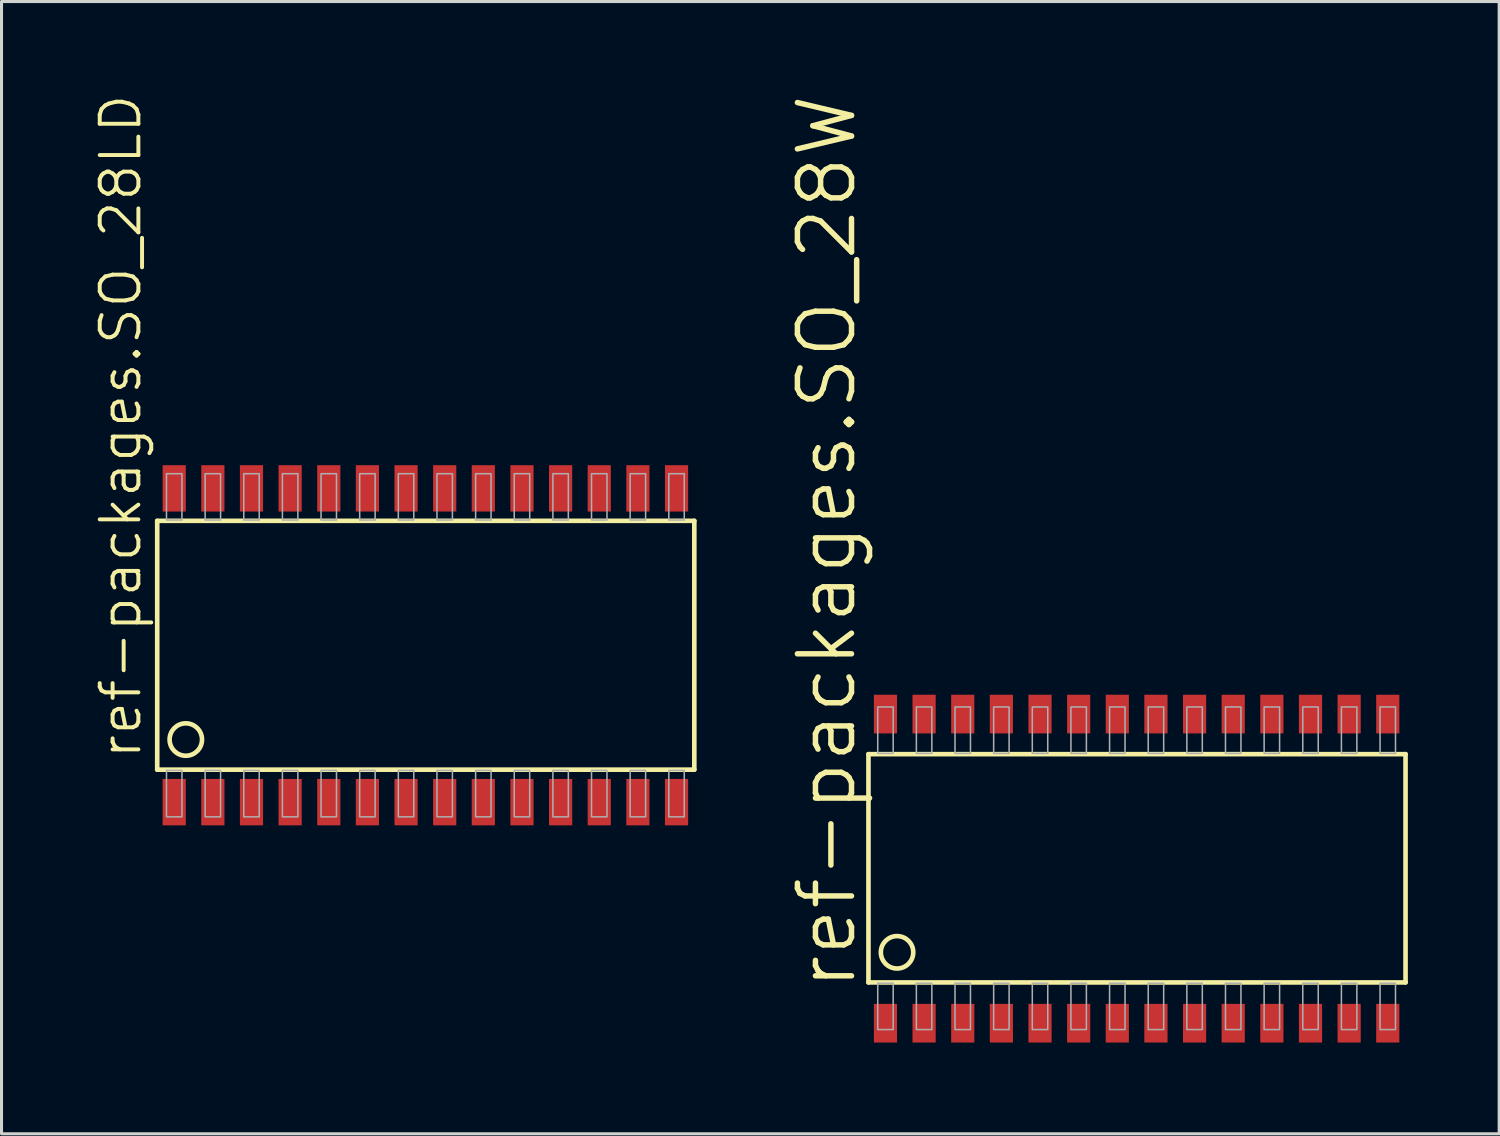
<source format=kicad_pcb>
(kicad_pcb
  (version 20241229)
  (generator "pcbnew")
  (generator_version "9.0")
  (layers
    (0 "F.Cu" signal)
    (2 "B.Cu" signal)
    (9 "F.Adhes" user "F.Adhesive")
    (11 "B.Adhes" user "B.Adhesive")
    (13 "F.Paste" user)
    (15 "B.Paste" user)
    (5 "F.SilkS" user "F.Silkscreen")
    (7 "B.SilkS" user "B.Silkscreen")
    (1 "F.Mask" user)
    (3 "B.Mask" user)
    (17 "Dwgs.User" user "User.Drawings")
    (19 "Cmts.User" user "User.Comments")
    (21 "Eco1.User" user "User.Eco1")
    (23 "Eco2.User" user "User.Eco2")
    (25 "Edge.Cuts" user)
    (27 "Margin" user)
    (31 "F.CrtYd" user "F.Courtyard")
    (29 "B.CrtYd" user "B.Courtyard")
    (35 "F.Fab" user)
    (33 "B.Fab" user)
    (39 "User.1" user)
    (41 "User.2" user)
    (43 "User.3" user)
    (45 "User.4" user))
  (footprint "ref-packages.SO_28LD"
    (layer "F.Cu")
    (at 10.931 18.158)
    (property "Reference" "ref-packages.SO_28LD" (at -9.271 3.81 90) (layer "F.SilkS") (effects (font (size 1.27 1.27) (thickness 0.13)) (justify left bottom)))
    (attr smd)
    (fp_line (start -8.814 -4.089) (end -8.814 4.089) (stroke (width 0.152) (type default)) (layer "F.SilkS"))
    (fp_line (start -8.814 4.089) (end 8.839 4.089) (stroke (width 0.152) (type default)) (layer "F.SilkS"))
    (fp_line (start 8.839 -4.089) (end -8.814 -4.089) (stroke (width 0.152) (type default)) (layer "F.SilkS"))
    (fp_line (start 8.839 4.089) (end 8.839 -4.089) (stroke (width 0.152) (type default)) (layer "F.SilkS"))
    (fp_circle (center -7.874 3.099) (end -7.341 3.099) (stroke (width 0.152) (type default)) (fill no) (layer "F.SilkS"))
    (fp_rect (start -8.509 -4.115) (end -8.001 -5.639) (stroke (width 0.05) (type default)) (fill no) (layer "F.Fab"))
    (fp_rect (start -8.509 5.639) (end -8.001 4.115) (stroke (width 0.05) (type default)) (fill no) (layer "F.Fab"))
    (fp_rect (start -7.239 -4.115) (end -6.731 -5.639) (stroke (width 0.05) (type default)) (fill no) (layer "F.Fab"))
    (fp_rect (start -7.239 5.639) (end -6.731 4.115) (stroke (width 0.05) (type default)) (fill no) (layer "F.Fab"))
    (fp_rect (start -5.969 -4.115) (end -5.461 -5.639) (stroke (width 0.05) (type default)) (fill no) (layer "F.Fab"))
    (fp_rect (start -5.969 5.639) (end -5.461 4.115) (stroke (width 0.05) (type default)) (fill no) (layer "F.Fab"))
    (fp_rect (start -4.699 -4.115) (end -4.191 -5.639) (stroke (width 0.05) (type default)) (fill no) (layer "F.Fab"))
    (fp_rect (start -4.699 5.639) (end -4.191 4.115) (stroke (width 0.05) (type default)) (fill no) (layer "F.Fab"))
    (fp_rect (start -3.429 -4.115) (end -2.921 -5.639) (stroke (width 0.05) (type default)) (fill no) (layer "F.Fab"))
    (fp_rect (start -3.429 5.639) (end -2.921 4.115) (stroke (width 0.05) (type default)) (fill no) (layer "F.Fab"))
    (fp_rect (start -2.159 -4.115) (end -1.651 -5.639) (stroke (width 0.05) (type default)) (fill no) (layer "F.Fab"))
    (fp_rect (start -2.159 5.639) (end -1.651 4.115) (stroke (width 0.05) (type default)) (fill no) (layer "F.Fab"))
    (fp_rect (start -0.889 -4.115) (end -0.381 -5.639) (stroke (width 0.05) (type default)) (fill no) (layer "F.Fab"))
    (fp_rect (start -0.889 5.639) (end -0.381 4.115) (stroke (width 0.05) (type default)) (fill no) (layer "F.Fab"))
    (fp_rect (start 0.381 -4.115) (end 0.889 -5.639) (stroke (width 0.05) (type default)) (fill no) (layer "F.Fab"))
    (fp_rect (start 0.381 5.639) (end 0.889 4.115) (stroke (width 0.05) (type default)) (fill no) (layer "F.Fab"))
    (fp_rect (start 1.651 -4.115) (end 2.159 -5.639) (stroke (width 0.05) (type default)) (fill no) (layer "F.Fab"))
    (fp_rect (start 1.651 5.639) (end 2.159 4.115) (stroke (width 0.05) (type default)) (fill no) (layer "F.Fab"))
    (fp_rect (start 2.921 -4.115) (end 3.429 -5.639) (stroke (width 0.05) (type default)) (fill no) (layer "F.Fab"))
    (fp_rect (start 2.921 5.639) (end 3.429 4.115) (stroke (width 0.05) (type default)) (fill no) (layer "F.Fab"))
    (fp_rect (start 4.191 -4.115) (end 4.699 -5.639) (stroke (width 0.05) (type default)) (fill no) (layer "F.Fab"))
    (fp_rect (start 4.191 5.639) (end 4.699 4.115) (stroke (width 0.05) (type default)) (fill no) (layer "F.Fab"))
    (fp_rect (start 5.461 -4.115) (end 5.969 -5.639) (stroke (width 0.05) (type default)) (fill no) (layer "F.Fab"))
    (fp_rect (start 5.461 5.639) (end 5.969 4.115) (stroke (width 0.05) (type default)) (fill no) (layer "F.Fab"))
    (fp_rect (start 6.731 -4.115) (end 7.239 -5.639) (stroke (width 0.05) (type default)) (fill no) (layer "F.Fab"))
    (fp_rect (start 6.731 5.639) (end 7.239 4.115) (stroke (width 0.05) (type default)) (fill no) (layer "F.Fab"))
    (fp_rect (start 8.001 -4.115) (end 8.509 -5.639) (stroke (width 0.05) (type default)) (fill no) (layer "F.Fab"))
    (fp_rect (start 8.001 5.639) (end 8.509 4.115) (stroke (width 0.05) (type default)) (fill no) (layer "F.Fab"))
    (pad "1" smd roundrect (at -8.255 5.156) (size 0.762 1.524) (layers "F.Cu" "F.Mask" "F.Paste") (roundrect_rratio 0.01))
    (pad "2" smd roundrect (at -6.985 5.156) (size 0.762 1.524) (layers "F.Cu" "F.Mask" "F.Paste") (roundrect_rratio 0.01))
    (pad "3" smd roundrect (at -5.715 5.156) (size 0.762 1.524) (layers "F.Cu" "F.Mask" "F.Paste") (roundrect_rratio 0.01))
    (pad "4" smd roundrect (at -4.445 5.156) (size 0.762 1.524) (layers "F.Cu" "F.Mask" "F.Paste") (roundrect_rratio 0.01))
    (pad "5" smd roundrect (at -3.175 5.156) (size 0.762 1.524) (layers "F.Cu" "F.Mask" "F.Paste") (roundrect_rratio 0.01))
    (pad "6" smd roundrect (at -1.905 5.156) (size 0.762 1.524) (layers "F.Cu" "F.Mask" "F.Paste") (roundrect_rratio 0.01))
    (pad "7" smd roundrect (at -0.635 5.156) (size 0.762 1.524) (layers "F.Cu" "F.Mask" "F.Paste") (roundrect_rratio 0.01))
    (pad "8" smd roundrect (at 0.635 5.156) (size 0.762 1.524) (layers "F.Cu" "F.Mask" "F.Paste") (roundrect_rratio 0.01))
    (pad "9" smd roundrect (at 1.905 5.156) (size 0.762 1.524) (layers "F.Cu" "F.Mask" "F.Paste") (roundrect_rratio 0.01))
    (pad "10" smd roundrect (at 3.175 5.156) (size 0.762 1.524) (layers "F.Cu" "F.Mask" "F.Paste") (roundrect_rratio 0.01))
    (pad "11" smd roundrect (at 4.445 5.156) (size 0.762 1.524) (layers "F.Cu" "F.Mask" "F.Paste") (roundrect_rratio 0.01))
    (pad "12" smd roundrect (at 5.715 5.156) (size 0.762 1.524) (layers "F.Cu" "F.Mask" "F.Paste") (roundrect_rratio 0.01))
    (pad "13" smd roundrect (at 6.985 5.156) (size 0.762 1.524) (layers "F.Cu" "F.Mask" "F.Paste") (roundrect_rratio 0.01))
    (pad "14" smd roundrect (at 8.255 5.156) (size 0.762 1.524) (layers "F.Cu" "F.Mask" "F.Paste") (roundrect_rratio 0.01))
    (pad "15" smd roundrect (at 8.255 -5.156) (size 0.762 1.524) (layers "F.Cu" "F.Mask" "F.Paste") (roundrect_rratio 0.01))
    (pad "16" smd roundrect (at 6.985 -5.156) (size 0.762 1.524) (layers "F.Cu" "F.Mask" "F.Paste") (roundrect_rratio 0.01))
    (pad "17" smd roundrect (at 5.715 -5.156) (size 0.762 1.524) (layers "F.Cu" "F.Mask" "F.Paste") (roundrect_rratio 0.01))
    (pad "18" smd roundrect (at 4.445 -5.156) (size 0.762 1.524) (layers "F.Cu" "F.Mask" "F.Paste") (roundrect_rratio 0.01))
    (pad "19" smd roundrect (at 3.175 -5.156) (size 0.762 1.524) (layers "F.Cu" "F.Mask" "F.Paste") (roundrect_rratio 0.01))
    (pad "20" smd roundrect (at 1.905 -5.156) (size 0.762 1.524) (layers "F.Cu" "F.Mask" "F.Paste") (roundrect_rratio 0.01))
    (pad "21" smd roundrect (at 0.635 -5.156) (size 0.762 1.524) (layers "F.Cu" "F.Mask" "F.Paste") (roundrect_rratio 0.01))
    (pad "22" smd roundrect (at -0.635 -5.156) (size 0.762 1.524) (layers "F.Cu" "F.Mask" "F.Paste") (roundrect_rratio 0.01))
    (pad "23" smd roundrect (at -1.905 -5.156) (size 0.762 1.524) (layers "F.Cu" "F.Mask" "F.Paste") (roundrect_rratio 0.01))
    (pad "24" smd roundrect (at -3.175 -5.156) (size 0.762 1.524) (layers "F.Cu" "F.Mask" "F.Paste") (roundrect_rratio 0.01))
    (pad "25" smd roundrect (at -4.445 -5.156) (size 0.762 1.524) (layers "F.Cu" "F.Mask" "F.Paste") (roundrect_rratio 0.01))
    (pad "26" smd roundrect (at -5.715 -5.156) (size 0.762 1.524) (layers "F.Cu" "F.Mask" "F.Paste") (roundrect_rratio 0.01))
    (pad "27" smd roundrect (at -6.985 -5.156) (size 0.762 1.524) (layers "F.Cu" "F.Mask" "F.Paste") (roundrect_rratio 0.01))
    (pad "28" smd roundrect (at -8.255 -5.156) (size 0.762 1.524) (layers "F.Cu" "F.Mask" "F.Paste") (roundrect_rratio 0.01)))
  (footprint "ref-packages.SO_28W"
    (layer "F.Cu")
    (at 34.308 25.5)
    (property "Reference" "ref-packages.SO_28W" (at -9.144 4.064 90) (layer "F.SilkS") (effects (font (size 1.778 1.778) (thickness 0.18)) (justify left bottom)))
    (attr smd)
    (fp_line (start -8.814 -3.763) (end -8.814 3.74) (stroke (width 0.152) (type default)) (layer "F.SilkS"))
    (fp_line (start -8.814 3.74) (end 8.839 3.74) (stroke (width 0.152) (type default)) (layer "F.SilkS"))
    (fp_line (start 8.839 -3.763) (end -8.814 -3.763) (stroke (width 0.152) (type default)) (layer "F.SilkS"))
    (fp_line (start 8.839 3.74) (end 8.839 -3.763) (stroke (width 0.152) (type default)) (layer "F.SilkS"))
    (fp_circle (center -7.874 2.75) (end -7.341 2.75) (stroke (width 0.152) (type default)) (fill no) (layer "F.SilkS"))
    (fp_rect (start -8.509 -3.789) (end -8.001 -5.313) (stroke (width 0.05) (type default)) (fill no) (layer "F.Fab"))
    (fp_rect (start -8.509 5.29) (end -8.001 3.766) (stroke (width 0.05) (type default)) (fill no) (layer "F.Fab"))
    (fp_rect (start -7.239 -3.789) (end -6.731 -5.313) (stroke (width 0.05) (type default)) (fill no) (layer "F.Fab"))
    (fp_rect (start -7.239 5.29) (end -6.731 3.766) (stroke (width 0.05) (type default)) (fill no) (layer "F.Fab"))
    (fp_rect (start -5.969 -3.789) (end -5.461 -5.313) (stroke (width 0.05) (type default)) (fill no) (layer "F.Fab"))
    (fp_rect (start -5.969 5.29) (end -5.461 3.766) (stroke (width 0.05) (type default)) (fill no) (layer "F.Fab"))
    (fp_rect (start -4.699 -3.789) (end -4.191 -5.313) (stroke (width 0.05) (type default)) (fill no) (layer "F.Fab"))
    (fp_rect (start -4.699 5.29) (end -4.191 3.766) (stroke (width 0.05) (type default)) (fill no) (layer "F.Fab"))
    (fp_rect (start -3.429 -3.789) (end -2.921 -5.313) (stroke (width 0.05) (type default)) (fill no) (layer "F.Fab"))
    (fp_rect (start -3.429 5.29) (end -2.921 3.766) (stroke (width 0.05) (type default)) (fill no) (layer "F.Fab"))
    (fp_rect (start -2.159 -3.789) (end -1.651 -5.313) (stroke (width 0.05) (type default)) (fill no) (layer "F.Fab"))
    (fp_rect (start -2.159 5.29) (end -1.651 3.766) (stroke (width 0.05) (type default)) (fill no) (layer "F.Fab"))
    (fp_rect (start -0.889 -3.789) (end -0.381 -5.313) (stroke (width 0.05) (type default)) (fill no) (layer "F.Fab"))
    (fp_rect (start -0.889 5.29) (end -0.381 3.766) (stroke (width 0.05) (type default)) (fill no) (layer "F.Fab"))
    (fp_rect (start 0.381 -3.789) (end 0.889 -5.313) (stroke (width 0.05) (type default)) (fill no) (layer "F.Fab"))
    (fp_rect (start 0.381 5.29) (end 0.889 3.766) (stroke (width 0.05) (type default)) (fill no) (layer "F.Fab"))
    (fp_rect (start 1.651 -3.789) (end 2.159 -5.313) (stroke (width 0.05) (type default)) (fill no) (layer "F.Fab"))
    (fp_rect (start 1.651 5.29) (end 2.159 3.766) (stroke (width 0.05) (type default)) (fill no) (layer "F.Fab"))
    (fp_rect (start 2.921 -3.789) (end 3.429 -5.313) (stroke (width 0.05) (type default)) (fill no) (layer "F.Fab"))
    (fp_rect (start 2.921 5.29) (end 3.429 3.766) (stroke (width 0.05) (type default)) (fill no) (layer "F.Fab"))
    (fp_rect (start 4.191 -3.789) (end 4.699 -5.313) (stroke (width 0.05) (type default)) (fill no) (layer "F.Fab"))
    (fp_rect (start 4.191 5.29) (end 4.699 3.766) (stroke (width 0.05) (type default)) (fill no) (layer "F.Fab"))
    (fp_rect (start 5.461 -3.789) (end 5.969 -5.313) (stroke (width 0.05) (type default)) (fill no) (layer "F.Fab"))
    (fp_rect (start 5.461 5.29) (end 5.969 3.766) (stroke (width 0.05) (type default)) (fill no) (layer "F.Fab"))
    (fp_rect (start 6.731 -3.789) (end 7.239 -5.313) (stroke (width 0.05) (type default)) (fill no) (layer "F.Fab"))
    (fp_rect (start 6.731 5.29) (end 7.239 3.766) (stroke (width 0.05) (type default)) (fill no) (layer "F.Fab"))
    (fp_rect (start 8.001 -3.789) (end 8.509 -5.313) (stroke (width 0.05) (type default)) (fill no) (layer "F.Fab"))
    (fp_rect (start 8.001 5.29) (end 8.509 3.766) (stroke (width 0.05) (type default)) (fill no) (layer "F.Fab"))
    (pad "1" smd roundrect (at -8.255 5.08) (size 0.762 1.27) (layers "F.Cu" "F.Mask" "F.Paste") (roundrect_rratio 0.01))
    (pad "2" smd roundrect (at -6.985 5.08) (size 0.762 1.27) (layers "F.Cu" "F.Mask" "F.Paste") (roundrect_rratio 0.01))
    (pad "3" smd roundrect (at -5.715 5.08) (size 0.762 1.27) (layers "F.Cu" "F.Mask" "F.Paste") (roundrect_rratio 0.01))
    (pad "4" smd roundrect (at -4.445 5.08) (size 0.762 1.27) (layers "F.Cu" "F.Mask" "F.Paste") (roundrect_rratio 0.01))
    (pad "5" smd roundrect (at -3.175 5.08) (size 0.762 1.27) (layers "F.Cu" "F.Mask" "F.Paste") (roundrect_rratio 0.01))
    (pad "6" smd roundrect (at -1.905 5.08) (size 0.762 1.27) (layers "F.Cu" "F.Mask" "F.Paste") (roundrect_rratio 0.01))
    (pad "7" smd roundrect (at -0.635 5.08) (size 0.762 1.27) (layers "F.Cu" "F.Mask" "F.Paste") (roundrect_rratio 0.01))
    (pad "8" smd roundrect (at 0.635 5.08) (size 0.762 1.27) (layers "F.Cu" "F.Mask" "F.Paste") (roundrect_rratio 0.01))
    (pad "9" smd roundrect (at 1.905 5.08) (size 0.762 1.27) (layers "F.Cu" "F.Mask" "F.Paste") (roundrect_rratio 0.01))
    (pad "10" smd roundrect (at 3.175 5.08) (size 0.762 1.27) (layers "F.Cu" "F.Mask" "F.Paste") (roundrect_rratio 0.01))
    (pad "11" smd roundrect (at 4.445 5.08) (size 0.762 1.27) (layers "F.Cu" "F.Mask" "F.Paste") (roundrect_rratio 0.01))
    (pad "12" smd roundrect (at 5.715 5.08) (size 0.762 1.27) (layers "F.Cu" "F.Mask" "F.Paste") (roundrect_rratio 0.01))
    (pad "13" smd roundrect (at 6.985 5.08) (size 0.762 1.27) (layers "F.Cu" "F.Mask" "F.Paste") (roundrect_rratio 0.01))
    (pad "14" smd roundrect (at 8.255 5.08) (size 0.762 1.27) (layers "F.Cu" "F.Mask" "F.Paste") (roundrect_rratio 0.01))
    (pad "15" smd roundrect (at 8.255 -5.08) (size 0.762 1.27) (layers "F.Cu" "F.Mask" "F.Paste") (roundrect_rratio 0.01))
    (pad "16" smd roundrect (at 6.985 -5.08) (size 0.762 1.27) (layers "F.Cu" "F.Mask" "F.Paste") (roundrect_rratio 0.01))
    (pad "17" smd roundrect (at 5.715 -5.08) (size 0.762 1.27) (layers "F.Cu" "F.Mask" "F.Paste") (roundrect_rratio 0.01))
    (pad "18" smd roundrect (at 4.445 -5.08) (size 0.762 1.27) (layers "F.Cu" "F.Mask" "F.Paste") (roundrect_rratio 0.01))
    (pad "19" smd roundrect (at 3.175 -5.08) (size 0.762 1.27) (layers "F.Cu" "F.Mask" "F.Paste") (roundrect_rratio 0.01))
    (pad "20" smd roundrect (at 1.905 -5.08) (size 0.762 1.27) (layers "F.Cu" "F.Mask" "F.Paste") (roundrect_rratio 0.01))
    (pad "21" smd roundrect (at 0.635 -5.08) (size 0.762 1.27) (layers "F.Cu" "F.Mask" "F.Paste") (roundrect_rratio 0.01))
    (pad "22" smd roundrect (at -0.635 -5.08) (size 0.762 1.27) (layers "F.Cu" "F.Mask" "F.Paste") (roundrect_rratio 0.01))
    (pad "23" smd roundrect (at -1.905 -5.08) (size 0.762 1.27) (layers "F.Cu" "F.Mask" "F.Paste") (roundrect_rratio 0.01))
    (pad "24" smd roundrect (at -3.175 -5.08) (size 0.762 1.27) (layers "F.Cu" "F.Mask" "F.Paste") (roundrect_rratio 0.01))
    (pad "25" smd roundrect (at -4.445 -5.08) (size 0.762 1.27) (layers "F.Cu" "F.Mask" "F.Paste") (roundrect_rratio 0.01))
    (pad "26" smd roundrect (at -5.715 -5.08) (size 0.762 1.27) (layers "F.Cu" "F.Mask" "F.Paste") (roundrect_rratio 0.01))
    (pad "27" smd roundrect (at -6.985 -5.08) (size 0.762 1.27) (layers "F.Cu" "F.Mask" "F.Paste") (roundrect_rratio 0.01))
    (pad "28" smd roundrect (at -8.255 -5.08) (size 0.762 1.27) (layers "F.Cu" "F.Mask" "F.Paste") (roundrect_rratio 0.01)))
  (gr_rect
    (start -3 -3)
    (end 46.224 34.215)
    (stroke (width 0.1) (type default))
    (fill no)
    (layer "Edge.Cuts")))
</source>
